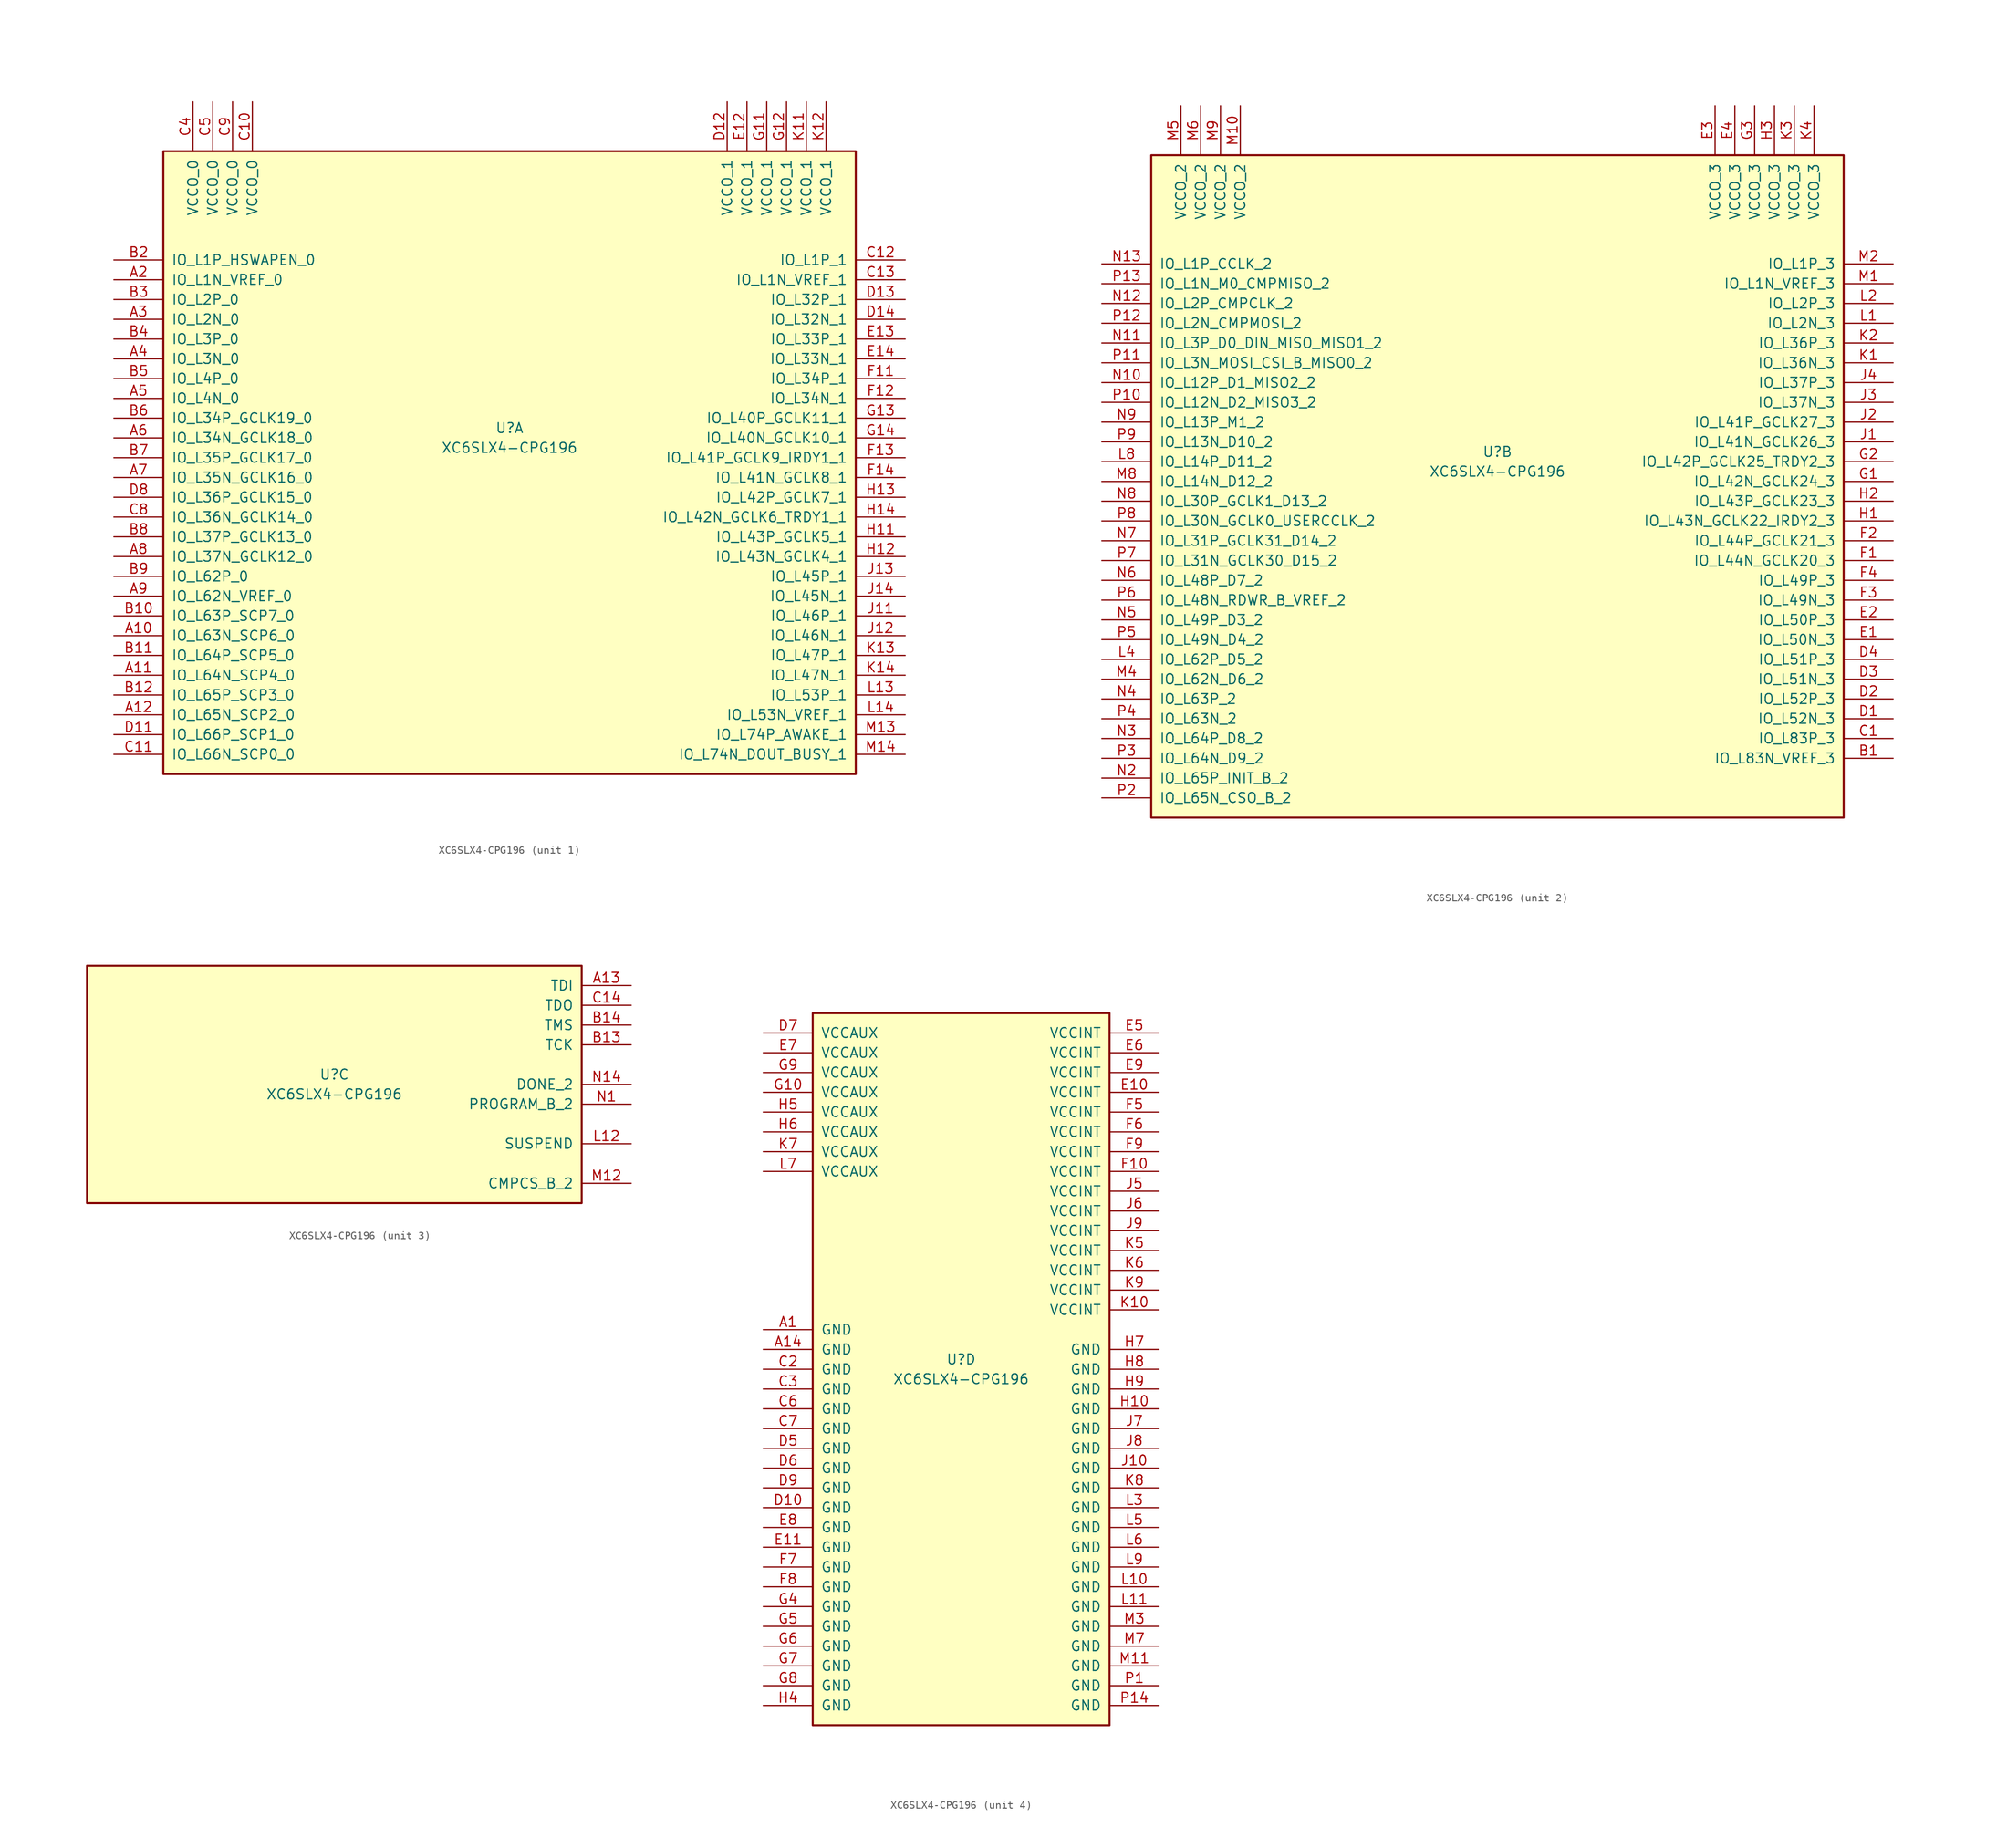
<source format=kicad_sym>
(kicad_symbol_lib
  (version 20220914)
  (generator kicad_symbol_editor)
  (symbol "XC6SLX4-CPG196"
    (pin_names
      (offset 1.016))
    (property "Reference" "U"
      (at 0 1.27 0)
      (effects (font (size 1.27 1.27))))
    (property "Value" "XC6SLX4-CPG196"
      (at 0 -1.27 0)
      (effects (font (size 1.27 1.27))))
    (property "Datasheet" ""
      (at 0 0 0)
      (effects (font (size 1.27 1.27))))
    (property "ki_locked" ""
      (at 0 0 0)
      (effects (font (size 1.27 1.27))))
    (symbol "XC6SLX4-CPG196_1_1"
      (rectangle (start -44.45 36.83) (end 44.45 -43.18) (stroke (width 0.254) (type default)) (fill (type background)))
      (pin bidirectional line (at -50.8 -25.4 0) (length 6.35) (name "IO_L63N_SCP6_0" (effects (font (size 1.27 1.27)))) (number "A10" (effects (font (size 1.27 1.27)))))
      (pin bidirectional line (at -50.8 -30.48 0) (length 6.35) (name "IO_L64N_SCP4_0" (effects (font (size 1.27 1.27)))) (number "A11" (effects (font (size 1.27 1.27)))))
      (pin bidirectional line (at -50.8 -35.56 0) (length 6.35) (name "IO_L65N_SCP2_0" (effects (font (size 1.27 1.27)))) (number "A12" (effects (font (size 1.27 1.27)))))
      (pin bidirectional line (at -50.8 20.32 0) (length 6.35) (name "IO_L1N_VREF_0" (effects (font (size 1.27 1.27)))) (number "A2" (effects (font (size 1.27 1.27)))))
      (pin bidirectional line (at -50.8 15.24 0) (length 6.35) (name "IO_L2N_0" (effects (font (size 1.27 1.27)))) (number "A3" (effects (font (size 1.27 1.27)))))
      (pin bidirectional line (at -50.8 10.16 0) (length 6.35) (name "IO_L3N_0" (effects (font (size 1.27 1.27)))) (number "A4" (effects (font (size 1.27 1.27)))))
      (pin bidirectional line (at -50.8 5.08 0) (length 6.35) (name "IO_L4N_0" (effects (font (size 1.27 1.27)))) (number "A5" (effects (font (size 1.27 1.27)))))
      (pin bidirectional line (at -50.8 0 0) (length 6.35) (name "IO_L34N_GCLK18_0" (effects (font (size 1.27 1.27)))) (number "A6" (effects (font (size 1.27 1.27)))))
      (pin bidirectional line (at -50.8 -5.08 0) (length 6.35) (name "IO_L35N_GCLK16_0" (effects (font (size 1.27 1.27)))) (number "A7" (effects (font (size 1.27 1.27)))))
      (pin bidirectional line (at -50.8 -15.24 0) (length 6.35) (name "IO_L37N_GCLK12_0" (effects (font (size 1.27 1.27)))) (number "A8" (effects (font (size 1.27 1.27)))))
      (pin bidirectional line (at -50.8 -20.32 0) (length 6.35) (name "IO_L62N_VREF_0" (effects (font (size 1.27 1.27)))) (number "A9" (effects (font (size 1.27 1.27)))))
      (pin bidirectional line (at -50.8 -22.86 0) (length 6.35) (name "IO_L63P_SCP7_0" (effects (font (size 1.27 1.27)))) (number "B10" (effects (font (size 1.27 1.27)))))
      (pin bidirectional line (at -50.8 -27.94 0) (length 6.35) (name "IO_L64P_SCP5_0" (effects (font (size 1.27 1.27)))) (number "B11" (effects (font (size 1.27 1.27)))))
      (pin bidirectional line (at -50.8 -33.02 0) (length 6.35) (name "IO_L65P_SCP3_0" (effects (font (size 1.27 1.27)))) (number "B12" (effects (font (size 1.27 1.27)))))
      (pin bidirectional line (at -50.8 22.86 0) (length 6.35) (name "IO_L1P_HSWAPEN_0" (effects (font (size 1.27 1.27)))) (number "B2" (effects (font (size 1.27 1.27)))))
      (pin bidirectional line (at -50.8 17.78 0) (length 6.35) (name "IO_L2P_0" (effects (font (size 1.27 1.27)))) (number "B3" (effects (font (size 1.27 1.27)))))
      (pin bidirectional line (at -50.8 12.7 0) (length 6.35) (name "IO_L3P_0" (effects (font (size 1.27 1.27)))) (number "B4" (effects (font (size 1.27 1.27)))))
      (pin bidirectional line (at -50.8 7.62 0) (length 6.35) (name "IO_L4P_0" (effects (font (size 1.27 1.27)))) (number "B5" (effects (font (size 1.27 1.27)))))
      (pin bidirectional line (at -50.8 2.54 0) (length 6.35) (name "IO_L34P_GCLK19_0" (effects (font (size 1.27 1.27)))) (number "B6" (effects (font (size 1.27 1.27)))))
      (pin bidirectional line (at -50.8 -2.54 0) (length 6.35) (name "IO_L35P_GCLK17_0" (effects (font (size 1.27 1.27)))) (number "B7" (effects (font (size 1.27 1.27)))))
      (pin bidirectional line (at -50.8 -12.7 0) (length 6.35) (name "IO_L37P_GCLK13_0" (effects (font (size 1.27 1.27)))) (number "B8" (effects (font (size 1.27 1.27)))))
      (pin bidirectional line (at -50.8 -17.78 0) (length 6.35) (name "IO_L62P_0" (effects (font (size 1.27 1.27)))) (number "B9" (effects (font (size 1.27 1.27)))))
      (pin power_in line (at -33.02 43.18 270) (length 6.35) (name "VCCO_0" (effects (font (size 1.27 1.27)))) (number "C10" (effects (font (size 1.27 1.27)))))
      (pin bidirectional line (at -50.8 -40.64 0) (length 6.35) (name "IO_L66N_SCP0_0" (effects (font (size 1.27 1.27)))) (number "C11" (effects (font (size 1.27 1.27)))))
      (pin bidirectional line (at 50.8 22.86 180) (length 6.35) (name "IO_L1P_1" (effects (font (size 1.27 1.27)))) (number "C12" (effects (font (size 1.27 1.27)))))
      (pin bidirectional line (at 50.8 20.32 180) (length 6.35) (name "IO_L1N_VREF_1" (effects (font (size 1.27 1.27)))) (number "C13" (effects (font (size 1.27 1.27)))))
      (pin power_in line (at -40.64 43.18 270) (length 6.35) (name "VCCO_0" (effects (font (size 1.27 1.27)))) (number "C4" (effects (font (size 1.27 1.27)))))
      (pin power_in line (at -38.1 43.18 270) (length 6.35) (name "VCCO_0" (effects (font (size 1.27 1.27)))) (number "C5" (effects (font (size 1.27 1.27)))))
      (pin bidirectional line (at -50.8 -10.16 0) (length 6.35) (name "IO_L36N_GCLK14_0" (effects (font (size 1.27 1.27)))) (number "C8" (effects (font (size 1.27 1.27)))))
      (pin power_in line (at -35.56 43.18 270) (length 6.35) (name "VCCO_0" (effects (font (size 1.27 1.27)))) (number "C9" (effects (font (size 1.27 1.27)))))
      (pin bidirectional line (at -50.8 -38.1 0) (length 6.35) (name "IO_L66P_SCP1_0" (effects (font (size 1.27 1.27)))) (number "D11" (effects (font (size 1.27 1.27)))))
      (pin power_in line (at 27.94 43.18 270) (length 6.35) (name "VCCO_1" (effects (font (size 1.27 1.27)))) (number "D12" (effects (font (size 1.27 1.27)))))
      (pin bidirectional line (at 50.8 17.78 180) (length 6.35) (name "IO_L32P_1" (effects (font (size 1.27 1.27)))) (number "D13" (effects (font (size 1.27 1.27)))))
      (pin bidirectional line (at 50.8 15.24 180) (length 6.35) (name "IO_L32N_1" (effects (font (size 1.27 1.27)))) (number "D14" (effects (font (size 1.27 1.27)))))
      (pin bidirectional line (at -50.8 -7.62 0) (length 6.35) (name "IO_L36P_GCLK15_0" (effects (font (size 1.27 1.27)))) (number "D8" (effects (font (size 1.27 1.27)))))
      (pin power_in line (at 30.48 43.18 270) (length 6.35) (name "VCCO_1" (effects (font (size 1.27 1.27)))) (number "E12" (effects (font (size 1.27 1.27)))))
      (pin bidirectional line (at 50.8 12.7 180) (length 6.35) (name "IO_L33P_1" (effects (font (size 1.27 1.27)))) (number "E13" (effects (font (size 1.27 1.27)))))
      (pin bidirectional line (at 50.8 10.16 180) (length 6.35) (name "IO_L33N_1" (effects (font (size 1.27 1.27)))) (number "E14" (effects (font (size 1.27 1.27)))))
      (pin bidirectional line (at 50.8 7.62 180) (length 6.35) (name "IO_L34P_1" (effects (font (size 1.27 1.27)))) (number "F11" (effects (font (size 1.27 1.27)))))
      (pin bidirectional line (at 50.8 5.08 180) (length 6.35) (name "IO_L34N_1" (effects (font (size 1.27 1.27)))) (number "F12" (effects (font (size 1.27 1.27)))))
      (pin bidirectional line (at 50.8 -2.54 180) (length 6.35) (name "IO_L41P_GCLK9_IRDY1_1" (effects (font (size 1.27 1.27)))) (number "F13" (effects (font (size 1.27 1.27)))))
      (pin bidirectional line (at 50.8 -5.08 180) (length 6.35) (name "IO_L41N_GCLK8_1" (effects (font (size 1.27 1.27)))) (number "F14" (effects (font (size 1.27 1.27)))))
      (pin power_in line (at 33.02 43.18 270) (length 6.35) (name "VCCO_1" (effects (font (size 1.27 1.27)))) (number "G11" (effects (font (size 1.27 1.27)))))
      (pin power_in line (at 35.56 43.18 270) (length 6.35) (name "VCCO_1" (effects (font (size 1.27 1.27)))) (number "G12" (effects (font (size 1.27 1.27)))))
      (pin bidirectional line (at 50.8 2.54 180) (length 6.35) (name "IO_L40P_GCLK11_1" (effects (font (size 1.27 1.27)))) (number "G13" (effects (font (size 1.27 1.27)))))
      (pin bidirectional line (at 50.8 0 180) (length 6.35) (name "IO_L40N_GCLK10_1" (effects (font (size 1.27 1.27)))) (number "G14" (effects (font (size 1.27 1.27)))))
      (pin bidirectional line (at 50.8 -12.7 180) (length 6.35) (name "IO_L43P_GCLK5_1" (effects (font (size 1.27 1.27)))) (number "H11" (effects (font (size 1.27 1.27)))))
      (pin bidirectional line (at 50.8 -15.24 180) (length 6.35) (name "IO_L43N_GCLK4_1" (effects (font (size 1.27 1.27)))) (number "H12" (effects (font (size 1.27 1.27)))))
      (pin bidirectional line (at 50.8 -7.62 180) (length 6.35) (name "IO_L42P_GCLK7_1" (effects (font (size 1.27 1.27)))) (number "H13" (effects (font (size 1.27 1.27)))))
      (pin bidirectional line (at 50.8 -10.16 180) (length 6.35) (name "IO_L42N_GCLK6_TRDY1_1" (effects (font (size 1.27 1.27)))) (number "H14" (effects (font (size 1.27 1.27)))))
      (pin bidirectional line (at 50.8 -22.86 180) (length 6.35) (name "IO_L46P_1" (effects (font (size 1.27 1.27)))) (number "J11" (effects (font (size 1.27 1.27)))))
      (pin bidirectional line (at 50.8 -25.4 180) (length 6.35) (name "IO_L46N_1" (effects (font (size 1.27 1.27)))) (number "J12" (effects (font (size 1.27 1.27)))))
      (pin bidirectional line (at 50.8 -17.78 180) (length 6.35) (name "IO_L45P_1" (effects (font (size 1.27 1.27)))) (number "J13" (effects (font (size 1.27 1.27)))))
      (pin bidirectional line (at 50.8 -20.32 180) (length 6.35) (name "IO_L45N_1" (effects (font (size 1.27 1.27)))) (number "J14" (effects (font (size 1.27 1.27)))))
      (pin power_in line (at 38.1 43.18 270) (length 6.35) (name "VCCO_1" (effects (font (size 1.27 1.27)))) (number "K11" (effects (font (size 1.27 1.27)))))
      (pin power_in line (at 40.64 43.18 270) (length 6.35) (name "VCCO_1" (effects (font (size 1.27 1.27)))) (number "K12" (effects (font (size 1.27 1.27)))))
      (pin bidirectional line (at 50.8 -27.94 180) (length 6.35) (name "IO_L47P_1" (effects (font (size 1.27 1.27)))) (number "K13" (effects (font (size 1.27 1.27)))))
      (pin bidirectional line (at 50.8 -30.48 180) (length 6.35) (name "IO_L47N_1" (effects (font (size 1.27 1.27)))) (number "K14" (effects (font (size 1.27 1.27)))))
      (pin bidirectional line (at 50.8 -33.02 180) (length 6.35) (name "IO_L53P_1" (effects (font (size 1.27 1.27)))) (number "L13" (effects (font (size 1.27 1.27)))))
      (pin bidirectional line (at 50.8 -35.56 180) (length 6.35) (name "IO_L53N_VREF_1" (effects (font (size 1.27 1.27)))) (number "L14" (effects (font (size 1.27 1.27)))))
      (pin bidirectional line (at 50.8 -38.1 180) (length 6.35) (name "IO_L74P_AWAKE_1" (effects (font (size 1.27 1.27)))) (number "M13" (effects (font (size 1.27 1.27)))))
      (pin bidirectional line (at 50.8 -40.64 180) (length 6.35) (name "IO_L74N_DOUT_BUSY_1" (effects (font (size 1.27 1.27)))) (number "M14" (effects (font (size 1.27 1.27))))))
    (symbol "XC6SLX4-CPG196_2_1"
      (rectangle (start -44.45 39.37) (end 44.45 -45.72) (stroke (width 0.254) (type default)) (fill (type background)))
      (pin bidirectional line (at 50.8 -38.1 180) (length 6.35) (name "IO_L83N_VREF_3" (effects (font (size 1.27 1.27)))) (number "B1" (effects (font (size 1.27 1.27)))))
      (pin bidirectional line (at 50.8 -35.56 180) (length 6.35) (name "IO_L83P_3" (effects (font (size 1.27 1.27)))) (number "C1" (effects (font (size 1.27 1.27)))))
      (pin bidirectional line (at 50.8 -33.02 180) (length 6.35) (name "IO_L52N_3" (effects (font (size 1.27 1.27)))) (number "D1" (effects (font (size 1.27 1.27)))))
      (pin bidirectional line (at 50.8 -30.48 180) (length 6.35) (name "IO_L52P_3" (effects (font (size 1.27 1.27)))) (number "D2" (effects (font (size 1.27 1.27)))))
      (pin bidirectional line (at 50.8 -27.94 180) (length 6.35) (name "IO_L51N_3" (effects (font (size 1.27 1.27)))) (number "D3" (effects (font (size 1.27 1.27)))))
      (pin bidirectional line (at 50.8 -25.4 180) (length 6.35) (name "IO_L51P_3" (effects (font (size 1.27 1.27)))) (number "D4" (effects (font (size 1.27 1.27)))))
      (pin bidirectional line (at 50.8 -22.86 180) (length 6.35) (name "IO_L50N_3" (effects (font (size 1.27 1.27)))) (number "E1" (effects (font (size 1.27 1.27)))))
      (pin bidirectional line (at 50.8 -20.32 180) (length 6.35) (name "IO_L50P_3" (effects (font (size 1.27 1.27)))) (number "E2" (effects (font (size 1.27 1.27)))))
      (pin power_in line (at 27.94 45.72 270) (length 6.35) (name "VCCO_3" (effects (font (size 1.27 1.27)))) (number "E3" (effects (font (size 1.27 1.27)))))
      (pin power_in line (at 30.48 45.72 270) (length 6.35) (name "VCCO_3" (effects (font (size 1.27 1.27)))) (number "E4" (effects (font (size 1.27 1.27)))))
      (pin bidirectional line (at 50.8 -12.7 180) (length 6.35) (name "IO_L44N_GCLK20_3" (effects (font (size 1.27 1.27)))) (number "F1" (effects (font (size 1.27 1.27)))))
      (pin bidirectional line (at 50.8 -10.16 180) (length 6.35) (name "IO_L44P_GCLK21_3" (effects (font (size 1.27 1.27)))) (number "F2" (effects (font (size 1.27 1.27)))))
      (pin bidirectional line (at 50.8 -17.78 180) (length 6.35) (name "IO_L49N_3" (effects (font (size 1.27 1.27)))) (number "F3" (effects (font (size 1.27 1.27)))))
      (pin bidirectional line (at 50.8 -15.24 180) (length 6.35) (name "IO_L49P_3" (effects (font (size 1.27 1.27)))) (number "F4" (effects (font (size 1.27 1.27)))))
      (pin bidirectional line (at 50.8 -2.54 180) (length 6.35) (name "IO_L42N_GCLK24_3" (effects (font (size 1.27 1.27)))) (number "G1" (effects (font (size 1.27 1.27)))))
      (pin bidirectional line (at 50.8 0 180) (length 6.35) (name "IO_L42P_GCLK25_TRDY2_3" (effects (font (size 1.27 1.27)))) (number "G2" (effects (font (size 1.27 1.27)))))
      (pin power_in line (at 33.02 45.72 270) (length 6.35) (name "VCCO_3" (effects (font (size 1.27 1.27)))) (number "G3" (effects (font (size 1.27 1.27)))))
      (pin bidirectional line (at 50.8 -7.62 180) (length 6.35) (name "IO_L43N_GCLK22_IRDY2_3" (effects (font (size 1.27 1.27)))) (number "H1" (effects (font (size 1.27 1.27)))))
      (pin bidirectional line (at 50.8 -5.08 180) (length 6.35) (name "IO_L43P_GCLK23_3" (effects (font (size 1.27 1.27)))) (number "H2" (effects (font (size 1.27 1.27)))))
      (pin power_in line (at 35.56 45.72 270) (length 6.35) (name "VCCO_3" (effects (font (size 1.27 1.27)))) (number "H3" (effects (font (size 1.27 1.27)))))
      (pin bidirectional line (at 50.8 2.54 180) (length 6.35) (name "IO_L41N_GCLK26_3" (effects (font (size 1.27 1.27)))) (number "J1" (effects (font (size 1.27 1.27)))))
      (pin bidirectional line (at 50.8 5.08 180) (length 6.35) (name "IO_L41P_GCLK27_3" (effects (font (size 1.27 1.27)))) (number "J2" (effects (font (size 1.27 1.27)))))
      (pin bidirectional line (at 50.8 7.62 180) (length 6.35) (name "IO_L37N_3" (effects (font (size 1.27 1.27)))) (number "J3" (effects (font (size 1.27 1.27)))))
      (pin bidirectional line (at 50.8 10.16 180) (length 6.35) (name "IO_L37P_3" (effects (font (size 1.27 1.27)))) (number "J4" (effects (font (size 1.27 1.27)))))
      (pin bidirectional line (at 50.8 12.7 180) (length 6.35) (name "IO_L36N_3" (effects (font (size 1.27 1.27)))) (number "K1" (effects (font (size 1.27 1.27)))))
      (pin bidirectional line (at 50.8 15.24 180) (length 6.35) (name "IO_L36P_3" (effects (font (size 1.27 1.27)))) (number "K2" (effects (font (size 1.27 1.27)))))
      (pin power_in line (at 38.1 45.72 270) (length 6.35) (name "VCCO_3" (effects (font (size 1.27 1.27)))) (number "K3" (effects (font (size 1.27 1.27)))))
      (pin power_in line (at 40.64 45.72 270) (length 6.35) (name "VCCO_3" (effects (font (size 1.27 1.27)))) (number "K4" (effects (font (size 1.27 1.27)))))
      (pin bidirectional line (at 50.8 17.78 180) (length 6.35) (name "IO_L2N_3" (effects (font (size 1.27 1.27)))) (number "L1" (effects (font (size 1.27 1.27)))))
      (pin bidirectional line (at 50.8 20.32 180) (length 6.35) (name "IO_L2P_3" (effects (font (size 1.27 1.27)))) (number "L2" (effects (font (size 1.27 1.27)))))
      (pin bidirectional line (at -50.8 -25.4 0) (length 6.35) (name "IO_L62P_D5_2" (effects (font (size 1.27 1.27)))) (number "L4" (effects (font (size 1.27 1.27)))))
      (pin bidirectional line (at -50.8 0 0) (length 6.35) (name "IO_L14P_D11_2" (effects (font (size 1.27 1.27)))) (number "L8" (effects (font (size 1.27 1.27)))))
      (pin bidirectional line (at 50.8 22.86 180) (length 6.35) (name "IO_L1N_VREF_3" (effects (font (size 1.27 1.27)))) (number "M1" (effects (font (size 1.27 1.27)))))
      (pin power_in line (at -33.02 45.72 270) (length 6.35) (name "VCCO_2" (effects (font (size 1.27 1.27)))) (number "M10" (effects (font (size 1.27 1.27)))))
      (pin bidirectional line (at 50.8 25.4 180) (length 6.35) (name "IO_L1P_3" (effects (font (size 1.27 1.27)))) (number "M2" (effects (font (size 1.27 1.27)))))
      (pin bidirectional line (at -50.8 -27.94 0) (length 6.35) (name "IO_L62N_D6_2" (effects (font (size 1.27 1.27)))) (number "M4" (effects (font (size 1.27 1.27)))))
      (pin power_in line (at -40.64 45.72 270) (length 6.35) (name "VCCO_2" (effects (font (size 1.27 1.27)))) (number "M5" (effects (font (size 1.27 1.27)))))
      (pin power_in line (at -38.1 45.72 270) (length 6.35) (name "VCCO_2" (effects (font (size 1.27 1.27)))) (number "M6" (effects (font (size 1.27 1.27)))))
      (pin bidirectional line (at -50.8 -2.54 0) (length 6.35) (name "IO_L14N_D12_2" (effects (font (size 1.27 1.27)))) (number "M8" (effects (font (size 1.27 1.27)))))
      (pin power_in line (at -35.56 45.72 270) (length 6.35) (name "VCCO_2" (effects (font (size 1.27 1.27)))) (number "M9" (effects (font (size 1.27 1.27)))))
      (pin bidirectional line (at -50.8 10.16 0) (length 6.35) (name "IO_L12P_D1_MISO2_2" (effects (font (size 1.27 1.27)))) (number "N10" (effects (font (size 1.27 1.27)))))
      (pin bidirectional line (at -50.8 15.24 0) (length 6.35) (name "IO_L3P_D0_DIN_MISO_MISO1_2" (effects (font (size 1.27 1.27)))) (number "N11" (effects (font (size 1.27 1.27)))))
      (pin bidirectional line (at -50.8 20.32 0) (length 6.35) (name "IO_L2P_CMPCLK_2" (effects (font (size 1.27 1.27)))) (number "N12" (effects (font (size 1.27 1.27)))))
      (pin bidirectional line (at -50.8 25.4 0) (length 6.35) (name "IO_L1P_CCLK_2" (effects (font (size 1.27 1.27)))) (number "N13" (effects (font (size 1.27 1.27)))))
      (pin bidirectional line (at -50.8 -40.64 0) (length 6.35) (name "IO_L65P_INIT_B_2" (effects (font (size 1.27 1.27)))) (number "N2" (effects (font (size 1.27 1.27)))))
      (pin bidirectional line (at -50.8 -35.56 0) (length 6.35) (name "IO_L64P_D8_2" (effects (font (size 1.27 1.27)))) (number "N3" (effects (font (size 1.27 1.27)))))
      (pin bidirectional line (at -50.8 -30.48 0) (length 6.35) (name "IO_L63P_2" (effects (font (size 1.27 1.27)))) (number "N4" (effects (font (size 1.27 1.27)))))
      (pin bidirectional line (at -50.8 -20.32 0) (length 6.35) (name "IO_L49P_D3_2" (effects (font (size 1.27 1.27)))) (number "N5" (effects (font (size 1.27 1.27)))))
      (pin bidirectional line (at -50.8 -15.24 0) (length 6.35) (name "IO_L48P_D7_2" (effects (font (size 1.27 1.27)))) (number "N6" (effects (font (size 1.27 1.27)))))
      (pin bidirectional line (at -50.8 -10.16 0) (length 6.35) (name "IO_L31P_GCLK31_D14_2" (effects (font (size 1.27 1.27)))) (number "N7" (effects (font (size 1.27 1.27)))))
      (pin bidirectional line (at -50.8 -5.08 0) (length 6.35) (name "IO_L30P_GCLK1_D13_2" (effects (font (size 1.27 1.27)))) (number "N8" (effects (font (size 1.27 1.27)))))
      (pin bidirectional line (at -50.8 5.08 0) (length 6.35) (name "IO_L13P_M1_2" (effects (font (size 1.27 1.27)))) (number "N9" (effects (font (size 1.27 1.27)))))
      (pin bidirectional line (at -50.8 7.62 0) (length 6.35) (name "IO_L12N_D2_MISO3_2" (effects (font (size 1.27 1.27)))) (number "P10" (effects (font (size 1.27 1.27)))))
      (pin bidirectional line (at -50.8 12.7 0) (length 6.35) (name "IO_L3N_MOSI_CSI_B_MISO0_2" (effects (font (size 1.27 1.27)))) (number "P11" (effects (font (size 1.27 1.27)))))
      (pin bidirectional line (at -50.8 17.78 0) (length 6.35) (name "IO_L2N_CMPMOSI_2" (effects (font (size 1.27 1.27)))) (number "P12" (effects (font (size 1.27 1.27)))))
      (pin bidirectional line (at -50.8 22.86 0) (length 6.35) (name "IO_L1N_M0_CMPMISO_2" (effects (font (size 1.27 1.27)))) (number "P13" (effects (font (size 1.27 1.27)))))
      (pin bidirectional line (at -50.8 -43.18 0) (length 6.35) (name "IO_L65N_CSO_B_2" (effects (font (size 1.27 1.27)))) (number "P2" (effects (font (size 1.27 1.27)))))
      (pin bidirectional line (at -50.8 -38.1 0) (length 6.35) (name "IO_L64N_D9_2" (effects (font (size 1.27 1.27)))) (number "P3" (effects (font (size 1.27 1.27)))))
      (pin bidirectional line (at -50.8 -33.02 0) (length 6.35) (name "IO_L63N_2" (effects (font (size 1.27 1.27)))) (number "P4" (effects (font (size 1.27 1.27)))))
      (pin bidirectional line (at -50.8 -22.86 0) (length 6.35) (name "IO_L49N_D4_2" (effects (font (size 1.27 1.27)))) (number "P5" (effects (font (size 1.27 1.27)))))
      (pin bidirectional line (at -50.8 -17.78 0) (length 6.35) (name "IO_L48N_RDWR_B_VREF_2" (effects (font (size 1.27 1.27)))) (number "P6" (effects (font (size 1.27 1.27)))))
      (pin bidirectional line (at -50.8 -12.7 0) (length 6.35) (name "IO_L31N_GCLK30_D15_2" (effects (font (size 1.27 1.27)))) (number "P7" (effects (font (size 1.27 1.27)))))
      (pin bidirectional line (at -50.8 -7.62 0) (length 6.35) (name "IO_L30N_GCLK0_USERCCLK_2" (effects (font (size 1.27 1.27)))) (number "P8" (effects (font (size 1.27 1.27)))))
      (pin bidirectional line (at -50.8 2.54 0) (length 6.35) (name "IO_L13N_D10_2" (effects (font (size 1.27 1.27)))) (number "P9" (effects (font (size 1.27 1.27))))))
    (symbol "XC6SLX4-CPG196_3_1"
      (rectangle (start -31.75 15.24) (end 31.75 -15.24) (stroke (width 0.254) (type default)) (fill (type background)))
      (pin bidirectional line (at 38.1 12.7 180) (length 6.35) (name "TDI" (effects (font (size 1.27 1.27)))) (number "A13" (effects (font (size 1.27 1.27)))))
      (pin bidirectional line (at 38.1 5.08 180) (length 6.35) (name "TCK" (effects (font (size 1.27 1.27)))) (number "B13" (effects (font (size 1.27 1.27)))))
      (pin bidirectional line (at 38.1 7.62 180) (length 6.35) (name "TMS" (effects (font (size 1.27 1.27)))) (number "B14" (effects (font (size 1.27 1.27)))))
      (pin bidirectional line (at 38.1 10.16 180) (length 6.35) (name "TDO" (effects (font (size 1.27 1.27)))) (number "C14" (effects (font (size 1.27 1.27)))))
      (pin bidirectional line (at 38.1 -7.62 180) (length 6.35) (name "SUSPEND" (effects (font (size 1.27 1.27)))) (number "L12" (effects (font (size 1.27 1.27)))))
      (pin bidirectional line (at 38.1 -12.7 180) (length 6.35) (name "CMPCS_B_2" (effects (font (size 1.27 1.27)))) (number "M12" (effects (font (size 1.27 1.27)))))
      (pin bidirectional line (at 38.1 -2.54 180) (length 6.35) (name "PROGRAM_B_2" (effects (font (size 1.27 1.27)))) (number "N1" (effects (font (size 1.27 1.27)))))
      (pin bidirectional line (at 38.1 0 180) (length 6.35) (name "DONE_2" (effects (font (size 1.27 1.27)))) (number "N14" (effects (font (size 1.27 1.27))))))
    (symbol "XC6SLX4-CPG196_4_1"
      (rectangle (start -19.05 45.72) (end 19.05 -45.72) (stroke (width 0.254) (type default)) (fill (type background)))
      (pin power_in line (at -25.4 5.08 0) (length 6.35) (name "GND" (effects (font (size 1.27 1.27)))) (number "A1" (effects (font (size 1.27 1.27)))))
      (pin power_in line (at -25.4 2.54 0) (length 6.35) (name "GND" (effects (font (size 1.27 1.27)))) (number "A14" (effects (font (size 1.27 1.27)))))
      (pin power_in line (at -25.4 0 0) (length 6.35) (name "GND" (effects (font (size 1.27 1.27)))) (number "C2" (effects (font (size 1.27 1.27)))))
      (pin power_in line (at -25.4 -2.54 0) (length 6.35) (name "GND" (effects (font (size 1.27 1.27)))) (number "C3" (effects (font (size 1.27 1.27)))))
      (pin power_in line (at -25.4 -5.08 0) (length 6.35) (name "GND" (effects (font (size 1.27 1.27)))) (number "C6" (effects (font (size 1.27 1.27)))))
      (pin power_in line (at -25.4 -7.62 0) (length 6.35) (name "GND" (effects (font (size 1.27 1.27)))) (number "C7" (effects (font (size 1.27 1.27)))))
      (pin power_in line (at -25.4 -17.78 0) (length 6.35) (name "GND" (effects (font (size 1.27 1.27)))) (number "D10" (effects (font (size 1.27 1.27)))))
      (pin power_in line (at -25.4 -10.16 0) (length 6.35) (name "GND" (effects (font (size 1.27 1.27)))) (number "D5" (effects (font (size 1.27 1.27)))))
      (pin power_in line (at -25.4 -12.7 0) (length 6.35) (name "GND" (effects (font (size 1.27 1.27)))) (number "D6" (effects (font (size 1.27 1.27)))))
      (pin power_in line (at -25.4 43.18 0) (length 6.35) (name "VCCAUX" (effects (font (size 1.27 1.27)))) (number "D7" (effects (font (size 1.27 1.27)))))
      (pin power_in line (at -25.4 -15.24 0) (length 6.35) (name "GND" (effects (font (size 1.27 1.27)))) (number "D9" (effects (font (size 1.27 1.27)))))
      (pin power_in line (at 25.4 35.56 180) (length 6.35) (name "VCCINT" (effects (font (size 1.27 1.27)))) (number "E10" (effects (font (size 1.27 1.27)))))
      (pin power_in line (at -25.4 -22.86 0) (length 6.35) (name "GND" (effects (font (size 1.27 1.27)))) (number "E11" (effects (font (size 1.27 1.27)))))
      (pin power_in line (at 25.4 43.18 180) (length 6.35) (name "VCCINT" (effects (font (size 1.27 1.27)))) (number "E5" (effects (font (size 1.27 1.27)))))
      (pin power_in line (at 25.4 40.64 180) (length 6.35) (name "VCCINT" (effects (font (size 1.27 1.27)))) (number "E6" (effects (font (size 1.27 1.27)))))
      (pin power_in line (at -25.4 40.64 0) (length 6.35) (name "VCCAUX" (effects (font (size 1.27 1.27)))) (number "E7" (effects (font (size 1.27 1.27)))))
      (pin power_in line (at -25.4 -20.32 0) (length 6.35) (name "GND" (effects (font (size 1.27 1.27)))) (number "E8" (effects (font (size 1.27 1.27)))))
      (pin power_in line (at 25.4 38.1 180) (length 6.35) (name "VCCINT" (effects (font (size 1.27 1.27)))) (number "E9" (effects (font (size 1.27 1.27)))))
      (pin power_in line (at 25.4 25.4 180) (length 6.35) (name "VCCINT" (effects (font (size 1.27 1.27)))) (number "F10" (effects (font (size 1.27 1.27)))))
      (pin power_in line (at 25.4 33.02 180) (length 6.35) (name "VCCINT" (effects (font (size 1.27 1.27)))) (number "F5" (effects (font (size 1.27 1.27)))))
      (pin power_in line (at 25.4 30.48 180) (length 6.35) (name "VCCINT" (effects (font (size 1.27 1.27)))) (number "F6" (effects (font (size 1.27 1.27)))))
      (pin power_in line (at -25.4 -25.4 0) (length 6.35) (name "GND" (effects (font (size 1.27 1.27)))) (number "F7" (effects (font (size 1.27 1.27)))))
      (pin power_in line (at -25.4 -27.94 0) (length 6.35) (name "GND" (effects (font (size 1.27 1.27)))) (number "F8" (effects (font (size 1.27 1.27)))))
      (pin power_in line (at 25.4 27.94 180) (length 6.35) (name "VCCINT" (effects (font (size 1.27 1.27)))) (number "F9" (effects (font (size 1.27 1.27)))))
      (pin power_in line (at -25.4 35.56 0) (length 6.35) (name "VCCAUX" (effects (font (size 1.27 1.27)))) (number "G10" (effects (font (size 1.27 1.27)))))
      (pin power_in line (at -25.4 -30.48 0) (length 6.35) (name "GND" (effects (font (size 1.27 1.27)))) (number "G4" (effects (font (size 1.27 1.27)))))
      (pin power_in line (at -25.4 -33.02 0) (length 6.35) (name "GND" (effects (font (size 1.27 1.27)))) (number "G5" (effects (font (size 1.27 1.27)))))
      (pin power_in line (at -25.4 -35.56 0) (length 6.35) (name "GND" (effects (font (size 1.27 1.27)))) (number "G6" (effects (font (size 1.27 1.27)))))
      (pin power_in line (at -25.4 -38.1 0) (length 6.35) (name "GND" (effects (font (size 1.27 1.27)))) (number "G7" (effects (font (size 1.27 1.27)))))
      (pin power_in line (at -25.4 -40.64 0) (length 6.35) (name "GND" (effects (font (size 1.27 1.27)))) (number "G8" (effects (font (size 1.27 1.27)))))
      (pin power_in line (at -25.4 38.1 0) (length 6.35) (name "VCCAUX" (effects (font (size 1.27 1.27)))) (number "G9" (effects (font (size 1.27 1.27)))))
      (pin power_in line (at 25.4 -5.08 180) (length 6.35) (name "GND" (effects (font (size 1.27 1.27)))) (number "H10" (effects (font (size 1.27 1.27)))))
      (pin power_in line (at -25.4 -43.18 0) (length 6.35) (name "GND" (effects (font (size 1.27 1.27)))) (number "H4" (effects (font (size 1.27 1.27)))))
      (pin power_in line (at -25.4 33.02 0) (length 6.35) (name "VCCAUX" (effects (font (size 1.27 1.27)))) (number "H5" (effects (font (size 1.27 1.27)))))
      (pin power_in line (at -25.4 30.48 0) (length 6.35) (name "VCCAUX" (effects (font (size 1.27 1.27)))) (number "H6" (effects (font (size 1.27 1.27)))))
      (pin power_in line (at 25.4 2.54 180) (length 6.35) (name "GND" (effects (font (size 1.27 1.27)))) (number "H7" (effects (font (size 1.27 1.27)))))
      (pin power_in line (at 25.4 0 180) (length 6.35) (name "GND" (effects (font (size 1.27 1.27)))) (number "H8" (effects (font (size 1.27 1.27)))))
      (pin power_in line (at 25.4 -2.54 180) (length 6.35) (name "GND" (effects (font (size 1.27 1.27)))) (number "H9" (effects (font (size 1.27 1.27)))))
      (pin power_in line (at 25.4 -12.7 180) (length 6.35) (name "GND" (effects (font (size 1.27 1.27)))) (number "J10" (effects (font (size 1.27 1.27)))))
      (pin power_in line (at 25.4 22.86 180) (length 6.35) (name "VCCINT" (effects (font (size 1.27 1.27)))) (number "J5" (effects (font (size 1.27 1.27)))))
      (pin power_in line (at 25.4 20.32 180) (length 6.35) (name "VCCINT" (effects (font (size 1.27 1.27)))) (number "J6" (effects (font (size 1.27 1.27)))))
      (pin power_in line (at 25.4 -7.62 180) (length 6.35) (name "GND" (effects (font (size 1.27 1.27)))) (number "J7" (effects (font (size 1.27 1.27)))))
      (pin power_in line (at 25.4 -10.16 180) (length 6.35) (name "GND" (effects (font (size 1.27 1.27)))) (number "J8" (effects (font (size 1.27 1.27)))))
      (pin power_in line (at 25.4 17.78 180) (length 6.35) (name "VCCINT" (effects (font (size 1.27 1.27)))) (number "J9" (effects (font (size 1.27 1.27)))))
      (pin power_in line (at 25.4 7.62 180) (length 6.35) (name "VCCINT" (effects (font (size 1.27 1.27)))) (number "K10" (effects (font (size 1.27 1.27)))))
      (pin power_in line (at 25.4 15.24 180) (length 6.35) (name "VCCINT" (effects (font (size 1.27 1.27)))) (number "K5" (effects (font (size 1.27 1.27)))))
      (pin power_in line (at 25.4 12.7 180) (length 6.35) (name "VCCINT" (effects (font (size 1.27 1.27)))) (number "K6" (effects (font (size 1.27 1.27)))))
      (pin power_in line (at -25.4 27.94 0) (length 6.35) (name "VCCAUX" (effects (font (size 1.27 1.27)))) (number "K7" (effects (font (size 1.27 1.27)))))
      (pin power_in line (at 25.4 -15.24 180) (length 6.35) (name "GND" (effects (font (size 1.27 1.27)))) (number "K8" (effects (font (size 1.27 1.27)))))
      (pin power_in line (at 25.4 10.16 180) (length 6.35) (name "VCCINT" (effects (font (size 1.27 1.27)))) (number "K9" (effects (font (size 1.27 1.27)))))
      (pin power_in line (at 25.4 -27.94 180) (length 6.35) (name "GND" (effects (font (size 1.27 1.27)))) (number "L10" (effects (font (size 1.27 1.27)))))
      (pin power_in line (at 25.4 -30.48 180) (length 6.35) (name "GND" (effects (font (size 1.27 1.27)))) (number "L11" (effects (font (size 1.27 1.27)))))
      (pin power_in line (at 25.4 -17.78 180) (length 6.35) (name "GND" (effects (font (size 1.27 1.27)))) (number "L3" (effects (font (size 1.27 1.27)))))
      (pin power_in line (at 25.4 -20.32 180) (length 6.35) (name "GND" (effects (font (size 1.27 1.27)))) (number "L5" (effects (font (size 1.27 1.27)))))
      (pin power_in line (at 25.4 -22.86 180) (length 6.35) (name "GND" (effects (font (size 1.27 1.27)))) (number "L6" (effects (font (size 1.27 1.27)))))
      (pin power_in line (at -25.4 25.4 0) (length 6.35) (name "VCCAUX" (effects (font (size 1.27 1.27)))) (number "L7" (effects (font (size 1.27 1.27)))))
      (pin power_in line (at 25.4 -25.4 180) (length 6.35) (name "GND" (effects (font (size 1.27 1.27)))) (number "L9" (effects (font (size 1.27 1.27)))))
      (pin power_in line (at 25.4 -38.1 180) (length 6.35) (name "GND" (effects (font (size 1.27 1.27)))) (number "M11" (effects (font (size 1.27 1.27)))))
      (pin power_in line (at 25.4 -33.02 180) (length 6.35) (name "GND" (effects (font (size 1.27 1.27)))) (number "M3" (effects (font (size 1.27 1.27)))))
      (pin power_in line (at 25.4 -35.56 180) (length 6.35) (name "GND" (effects (font (size 1.27 1.27)))) (number "M7" (effects (font (size 1.27 1.27)))))
      (pin power_in line (at 25.4 -40.64 180) (length 6.35) (name "GND" (effects (font (size 1.27 1.27)))) (number "P1" (effects (font (size 1.27 1.27)))))
      (pin power_in line (at 25.4 -43.18 180) (length 6.35) (name "GND" (effects (font (size 1.27 1.27)))) (number "P14" (effects (font (size 1.27 1.27))))))))
</source>
